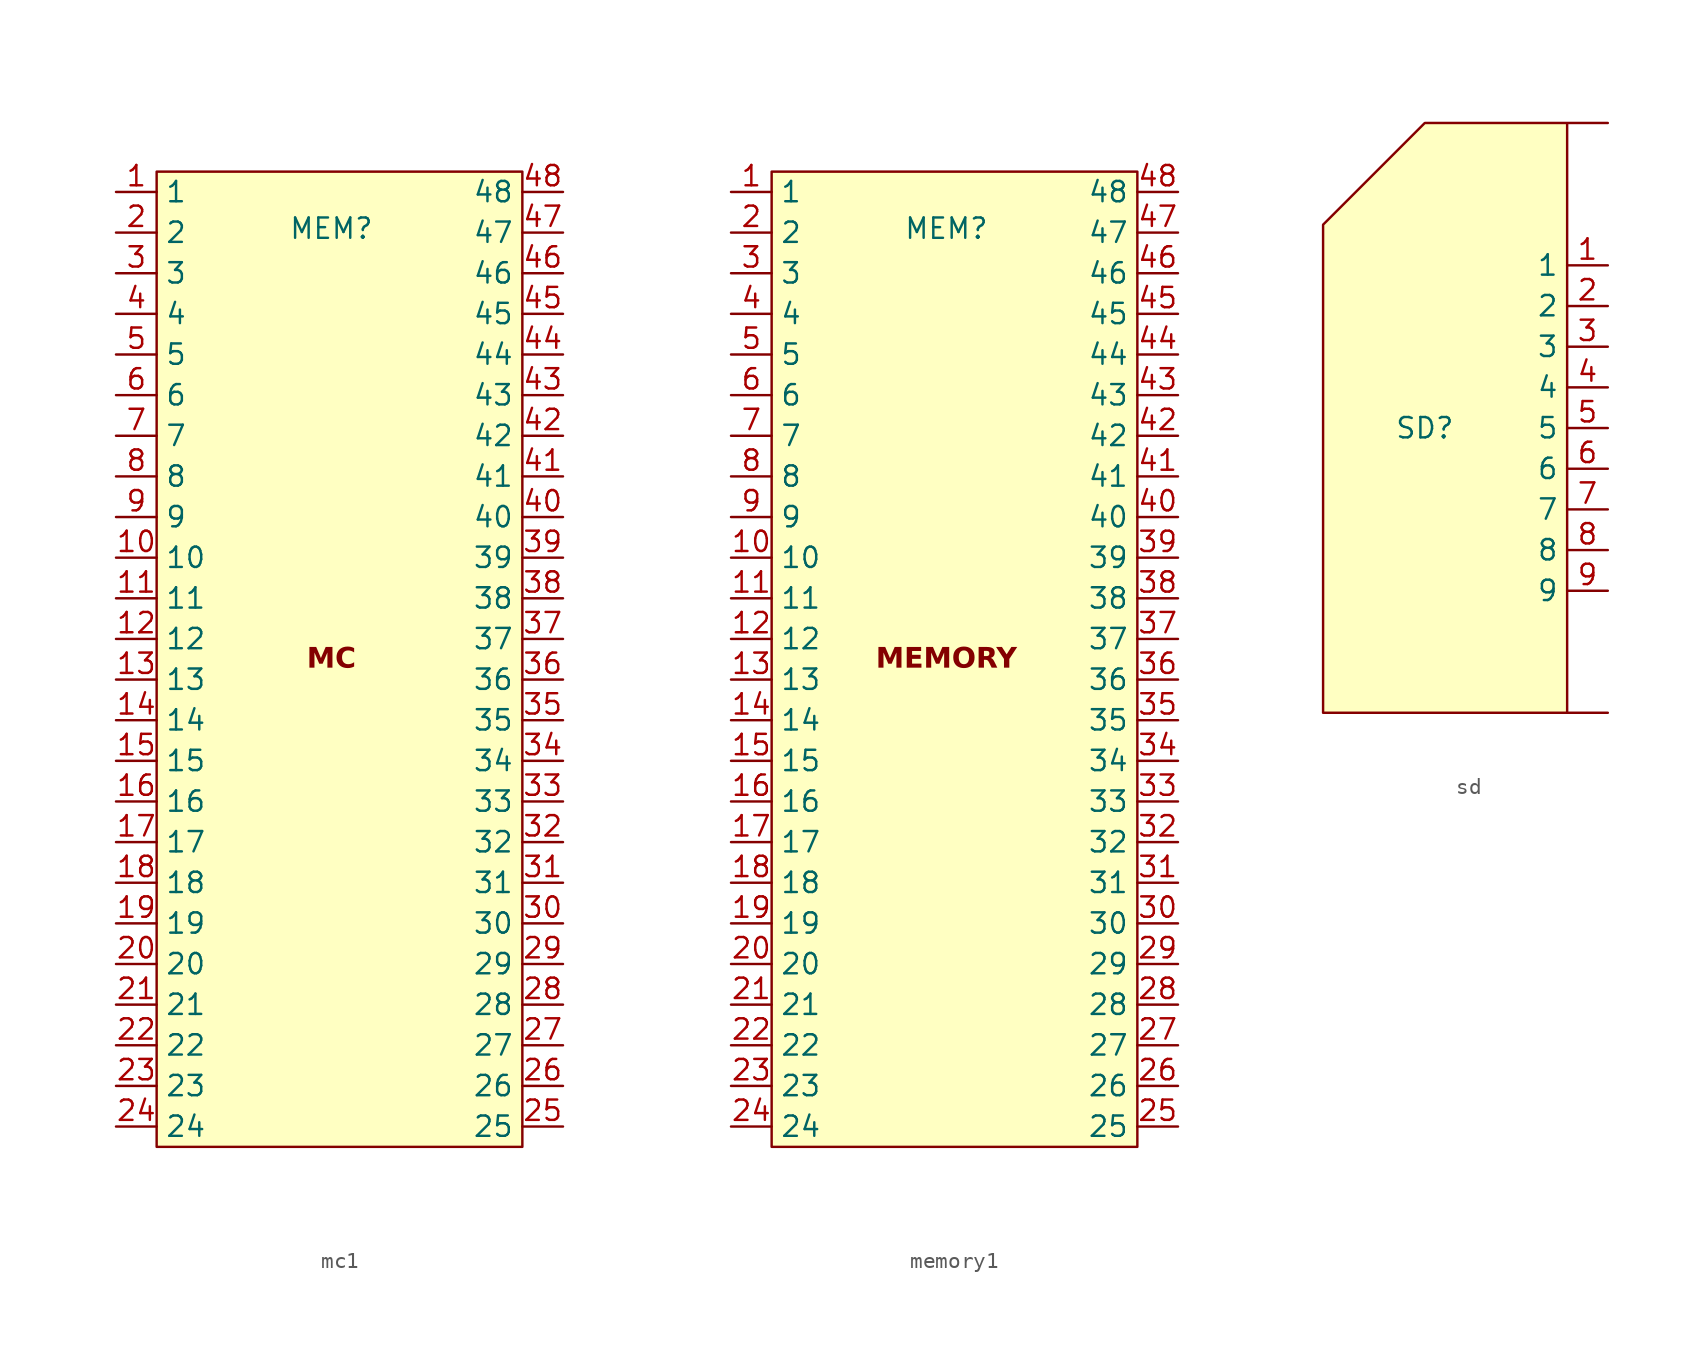
<source format=kicad_sym>
(kicad_symbol_lib
  (version 20241209)
  (generator "kicad_symbol_editor")
  (generator_version "9.0")
  (symbol "mc1"
    (property "Reference" "MEM"
      (at 13.462 -2.286 0)
      (effects (font (size 1.27 1.27))))
    (property "Value" ""
      (at 0 0 0)
      (effects (font (size 1.27 1.27))))
    (symbol "mc1_1_1"
      (rectangle (start 2.54 1.27) (end 25.4 -59.69) (stroke (width 0) (type solid)) (fill (type background)))
      (text "MC\n" (at 13.462 -29.21 0) (effects (font (face "OCR A Extended") (size 1.27 1.27) (bold yes))))
      (pin input line (at 0 0 0) (length 2.54) (name "1" (effects (font (size 1.27 1.27)))) (number "1" (effects (font (size 1.27 1.27)))))
      (pin input line (at 0 -2.54 0) (length 2.54) (name "2" (effects (font (size 1.27 1.27)))) (number "2" (effects (font (size 1.27 1.27)))))
      (pin input line (at 0 -5.08 0) (length 2.54) (name "3" (effects (font (size 1.27 1.27)))) (number "3" (effects (font (size 1.27 1.27)))))
      (pin input line (at 0 -7.62 0) (length 2.54) (name "4" (effects (font (size 1.27 1.27)))) (number "4" (effects (font (size 1.27 1.27)))))
      (pin input line (at 0 -10.16 0) (length 2.54) (name "5" (effects (font (size 1.27 1.27)))) (number "5" (effects (font (size 1.27 1.27)))))
      (pin input line (at 0 -12.7 0) (length 2.54) (name "6" (effects (font (size 1.27 1.27)))) (number "6" (effects (font (size 1.27 1.27)))))
      (pin input line (at 0 -15.24 0) (length 2.54) (name "7" (effects (font (size 1.27 1.27)))) (number "7" (effects (font (size 1.27 1.27)))))
      (pin input line (at 0 -17.78 0) (length 2.54) (name "8" (effects (font (size 1.27 1.27)))) (number "8" (effects (font (size 1.27 1.27)))))
      (pin input line (at 0 -20.32 0) (length 2.54) (name "9" (effects (font (size 1.27 1.27)))) (number "9" (effects (font (size 1.27 1.27)))))
      (pin input line (at 0 -22.86 0) (length 2.54) (name "10" (effects (font (size 1.27 1.27)))) (number "10" (effects (font (size 1.27 1.27)))))
      (pin input line (at 0 -25.4 0) (length 2.54) (name "11" (effects (font (size 1.27 1.27)))) (number "11" (effects (font (size 1.27 1.27)))))
      (pin input line (at 0 -27.94 0) (length 2.54) (name "12" (effects (font (size 1.27 1.27)))) (number "12" (effects (font (size 1.27 1.27)))))
      (pin input line (at 0 -30.48 0) (length 2.54) (name "13" (effects (font (size 1.27 1.27)))) (number "13" (effects (font (size 1.27 1.27)))))
      (pin input line (at 0 -33.02 0) (length 2.54) (name "14" (effects (font (size 1.27 1.27)))) (number "14" (effects (font (size 1.27 1.27)))))
      (pin input line (at 0 -35.56 0) (length 2.54) (name "15" (effects (font (size 1.27 1.27)))) (number "15" (effects (font (size 1.27 1.27)))))
      (pin input line (at 0 -38.1 0) (length 2.54) (name "16" (effects (font (size 1.27 1.27)))) (number "16" (effects (font (size 1.27 1.27)))))
      (pin input line (at 0 -40.64 0) (length 2.54) (name "17" (effects (font (size 1.27 1.27)))) (number "17" (effects (font (size 1.27 1.27)))))
      (pin input line (at 0 -43.18 0) (length 2.54) (name "18" (effects (font (size 1.27 1.27)))) (number "18" (effects (font (size 1.27 1.27)))))
      (pin input line (at 0 -45.72 0) (length 2.54) (name "19" (effects (font (size 1.27 1.27)))) (number "19" (effects (font (size 1.27 1.27)))))
      (pin input line (at 0 -48.26 0) (length 2.54) (name "20" (effects (font (size 1.27 1.27)))) (number "20" (effects (font (size 1.27 1.27)))))
      (pin input line (at 0 -50.8 0) (length 2.54) (name "21" (effects (font (size 1.27 1.27)))) (number "21" (effects (font (size 1.27 1.27)))))
      (pin input line (at 0 -53.34 0) (length 2.54) (name "22" (effects (font (size 1.27 1.27)))) (number "22" (effects (font (size 1.27 1.27)))))
      (pin input line (at 0 -55.88 0) (length 2.54) (name "23" (effects (font (size 1.27 1.27)))) (number "23" (effects (font (size 1.27 1.27)))))
      (pin input line (at 0 -58.42 0) (length 2.54) (name "24" (effects (font (size 1.27 1.27)))) (number "24" (effects (font (size 1.27 1.27)))))
      (pin input line (at 27.94 0 180) (length 2.54) (name "48" (effects (font (size 1.27 1.27)))) (number "48" (effects (font (size 1.27 1.27)))))
      (pin input line (at 27.94 -2.54 180) (length 2.54) (name "47" (effects (font (size 1.27 1.27)))) (number "47" (effects (font (size 1.27 1.27)))))
      (pin input line (at 27.94 -5.08 180) (length 2.54) (name "46" (effects (font (size 1.27 1.27)))) (number "46" (effects (font (size 1.27 1.27)))))
      (pin input line (at 27.94 -7.62 180) (length 2.54) (name "45" (effects (font (size 1.27 1.27)))) (number "45" (effects (font (size 1.27 1.27)))))
      (pin input line (at 27.94 -10.16 180) (length 2.54) (name "44" (effects (font (size 1.27 1.27)))) (number "44" (effects (font (size 1.27 1.27)))))
      (pin input line (at 27.94 -12.7 180) (length 2.54) (name "43" (effects (font (size 1.27 1.27)))) (number "43" (effects (font (size 1.27 1.27)))))
      (pin input line (at 27.94 -15.24 180) (length 2.54) (name "42" (effects (font (size 1.27 1.27)))) (number "42" (effects (font (size 1.27 1.27)))))
      (pin input line (at 27.94 -17.78 180) (length 2.54) (name "41" (effects (font (size 1.27 1.27)))) (number "41" (effects (font (size 1.27 1.27)))))
      (pin input line (at 27.94 -20.32 180) (length 2.54) (name "40" (effects (font (size 1.27 1.27)))) (number "40" (effects (font (size 1.27 1.27)))))
      (pin input line (at 27.94 -22.86 180) (length 2.54) (name "39" (effects (font (size 1.27 1.27)))) (number "39" (effects (font (size 1.27 1.27)))))
      (pin input line (at 27.94 -25.4 180) (length 2.54) (name "38" (effects (font (size 1.27 1.27)))) (number "38" (effects (font (size 1.27 1.27)))))
      (pin input line (at 27.94 -27.94 180) (length 2.54) (name "37" (effects (font (size 1.27 1.27)))) (number "37" (effects (font (size 1.27 1.27)))))
      (pin input line (at 27.94 -30.48 180) (length 2.54) (name "36" (effects (font (size 1.27 1.27)))) (number "36" (effects (font (size 1.27 1.27)))))
      (pin input line (at 27.94 -33.02 180) (length 2.54) (name "35" (effects (font (size 1.27 1.27)))) (number "35" (effects (font (size 1.27 1.27)))))
      (pin input line (at 27.94 -35.56 180) (length 2.54) (name "34" (effects (font (size 1.27 1.27)))) (number "34" (effects (font (size 1.27 1.27)))))
      (pin input line (at 27.94 -38.1 180) (length 2.54) (name "33" (effects (font (size 1.27 1.27)))) (number "33" (effects (font (size 1.27 1.27)))))
      (pin input line (at 27.94 -40.64 180) (length 2.54) (name "32" (effects (font (size 1.27 1.27)))) (number "32" (effects (font (size 1.27 1.27)))))
      (pin input line (at 27.94 -43.18 180) (length 2.54) (name "31" (effects (font (size 1.27 1.27)))) (number "31" (effects (font (size 1.27 1.27)))))
      (pin input line (at 27.94 -45.72 180) (length 2.54) (name "30" (effects (font (size 1.27 1.27)))) (number "30" (effects (font (size 1.27 1.27)))))
      (pin input line (at 27.94 -48.26 180) (length 2.54) (name "29" (effects (font (size 1.27 1.27)))) (number "29" (effects (font (size 1.27 1.27)))))
      (pin input line (at 27.94 -50.8 180) (length 2.54) (name "28" (effects (font (size 1.27 1.27)))) (number "28" (effects (font (size 1.27 1.27)))))
      (pin input line (at 27.94 -53.34 180) (length 2.54) (name "27" (effects (font (size 1.27 1.27)))) (number "27" (effects (font (size 1.27 1.27)))))
      (pin input line (at 27.94 -55.88 180) (length 2.54) (name "26" (effects (font (size 1.27 1.27)))) (number "26" (effects (font (size 1.27 1.27)))))
      (pin input line (at 27.94 -58.42 180) (length 2.54) (name "25" (effects (font (size 1.27 1.27)))) (number "25" (effects (font (size 1.27 1.27)))))))
  (symbol "memory1"
    (property "Reference" "MEM"
      (at 13.462 -2.286 0)
      (effects (font (size 1.27 1.27))))
    (property "Value" ""
      (at 0 0 0)
      (effects (font (size 1.27 1.27))))
    (symbol "memory1_1_1"
      (rectangle (start 2.54 1.27) (end 25.4 -59.69) (stroke (width 0) (type solid)) (fill (type background)))
      (text "MEMORY" (at 13.462 -29.21 0) (effects (font (face "OCR A Extended") (size 1.27 1.27) (bold yes))))
      (pin input line (at 0 0 0) (length 2.54) (name "1" (effects (font (size 1.27 1.27)))) (number "1" (effects (font (size 1.27 1.27)))))
      (pin input line (at 0 -2.54 0) (length 2.54) (name "2" (effects (font (size 1.27 1.27)))) (number "2" (effects (font (size 1.27 1.27)))))
      (pin input line (at 0 -5.08 0) (length 2.54) (name "3" (effects (font (size 1.27 1.27)))) (number "3" (effects (font (size 1.27 1.27)))))
      (pin input line (at 0 -7.62 0) (length 2.54) (name "4" (effects (font (size 1.27 1.27)))) (number "4" (effects (font (size 1.27 1.27)))))
      (pin input line (at 0 -10.16 0) (length 2.54) (name "5" (effects (font (size 1.27 1.27)))) (number "5" (effects (font (size 1.27 1.27)))))
      (pin input line (at 0 -12.7 0) (length 2.54) (name "6" (effects (font (size 1.27 1.27)))) (number "6" (effects (font (size 1.27 1.27)))))
      (pin input line (at 0 -15.24 0) (length 2.54) (name "7" (effects (font (size 1.27 1.27)))) (number "7" (effects (font (size 1.27 1.27)))))
      (pin input line (at 0 -17.78 0) (length 2.54) (name "8" (effects (font (size 1.27 1.27)))) (number "8" (effects (font (size 1.27 1.27)))))
      (pin input line (at 0 -20.32 0) (length 2.54) (name "9" (effects (font (size 1.27 1.27)))) (number "9" (effects (font (size 1.27 1.27)))))
      (pin input line (at 0 -22.86 0) (length 2.54) (name "10" (effects (font (size 1.27 1.27)))) (number "10" (effects (font (size 1.27 1.27)))))
      (pin input line (at 0 -25.4 0) (length 2.54) (name "11" (effects (font (size 1.27 1.27)))) (number "11" (effects (font (size 1.27 1.27)))))
      (pin input line (at 0 -27.94 0) (length 2.54) (name "12" (effects (font (size 1.27 1.27)))) (number "12" (effects (font (size 1.27 1.27)))))
      (pin input line (at 0 -30.48 0) (length 2.54) (name "13" (effects (font (size 1.27 1.27)))) (number "13" (effects (font (size 1.27 1.27)))))
      (pin input line (at 0 -33.02 0) (length 2.54) (name "14" (effects (font (size 1.27 1.27)))) (number "14" (effects (font (size 1.27 1.27)))))
      (pin input line (at 0 -35.56 0) (length 2.54) (name "15" (effects (font (size 1.27 1.27)))) (number "15" (effects (font (size 1.27 1.27)))))
      (pin input line (at 0 -38.1 0) (length 2.54) (name "16" (effects (font (size 1.27 1.27)))) (number "16" (effects (font (size 1.27 1.27)))))
      (pin input line (at 0 -40.64 0) (length 2.54) (name "17" (effects (font (size 1.27 1.27)))) (number "17" (effects (font (size 1.27 1.27)))))
      (pin input line (at 0 -43.18 0) (length 2.54) (name "18" (effects (font (size 1.27 1.27)))) (number "18" (effects (font (size 1.27 1.27)))))
      (pin input line (at 0 -45.72 0) (length 2.54) (name "19" (effects (font (size 1.27 1.27)))) (number "19" (effects (font (size 1.27 1.27)))))
      (pin input line (at 0 -48.26 0) (length 2.54) (name "20" (effects (font (size 1.27 1.27)))) (number "20" (effects (font (size 1.27 1.27)))))
      (pin input line (at 0 -50.8 0) (length 2.54) (name "21" (effects (font (size 1.27 1.27)))) (number "21" (effects (font (size 1.27 1.27)))))
      (pin input line (at 0 -53.34 0) (length 2.54) (name "22" (effects (font (size 1.27 1.27)))) (number "22" (effects (font (size 1.27 1.27)))))
      (pin input line (at 0 -55.88 0) (length 2.54) (name "23" (effects (font (size 1.27 1.27)))) (number "23" (effects (font (size 1.27 1.27)))))
      (pin input line (at 0 -58.42 0) (length 2.54) (name "24" (effects (font (size 1.27 1.27)))) (number "24" (effects (font (size 1.27 1.27)))))
      (pin input line (at 27.94 0 180) (length 2.54) (name "48" (effects (font (size 1.27 1.27)))) (number "48" (effects (font (size 1.27 1.27)))))
      (pin input line (at 27.94 -2.54 180) (length 2.54) (name "47" (effects (font (size 1.27 1.27)))) (number "47" (effects (font (size 1.27 1.27)))))
      (pin input line (at 27.94 -5.08 180) (length 2.54) (name "46" (effects (font (size 1.27 1.27)))) (number "46" (effects (font (size 1.27 1.27)))))
      (pin input line (at 27.94 -7.62 180) (length 2.54) (name "45" (effects (font (size 1.27 1.27)))) (number "45" (effects (font (size 1.27 1.27)))))
      (pin input line (at 27.94 -10.16 180) (length 2.54) (name "44" (effects (font (size 1.27 1.27)))) (number "44" (effects (font (size 1.27 1.27)))))
      (pin input line (at 27.94 -12.7 180) (length 2.54) (name "43" (effects (font (size 1.27 1.27)))) (number "43" (effects (font (size 1.27 1.27)))))
      (pin input line (at 27.94 -15.24 180) (length 2.54) (name "42" (effects (font (size 1.27 1.27)))) (number "42" (effects (font (size 1.27 1.27)))))
      (pin input line (at 27.94 -17.78 180) (length 2.54) (name "41" (effects (font (size 1.27 1.27)))) (number "41" (effects (font (size 1.27 1.27)))))
      (pin input line (at 27.94 -20.32 180) (length 2.54) (name "40" (effects (font (size 1.27 1.27)))) (number "40" (effects (font (size 1.27 1.27)))))
      (pin input line (at 27.94 -22.86 180) (length 2.54) (name "39" (effects (font (size 1.27 1.27)))) (number "39" (effects (font (size 1.27 1.27)))))
      (pin input line (at 27.94 -25.4 180) (length 2.54) (name "38" (effects (font (size 1.27 1.27)))) (number "38" (effects (font (size 1.27 1.27)))))
      (pin input line (at 27.94 -27.94 180) (length 2.54) (name "37" (effects (font (size 1.27 1.27)))) (number "37" (effects (font (size 1.27 1.27)))))
      (pin input line (at 27.94 -30.48 180) (length 2.54) (name "36" (effects (font (size 1.27 1.27)))) (number "36" (effects (font (size 1.27 1.27)))))
      (pin input line (at 27.94 -33.02 180) (length 2.54) (name "35" (effects (font (size 1.27 1.27)))) (number "35" (effects (font (size 1.27 1.27)))))
      (pin input line (at 27.94 -35.56 180) (length 2.54) (name "34" (effects (font (size 1.27 1.27)))) (number "34" (effects (font (size 1.27 1.27)))))
      (pin input line (at 27.94 -38.1 180) (length 2.54) (name "33" (effects (font (size 1.27 1.27)))) (number "33" (effects (font (size 1.27 1.27)))))
      (pin input line (at 27.94 -40.64 180) (length 2.54) (name "32" (effects (font (size 1.27 1.27)))) (number "32" (effects (font (size 1.27 1.27)))))
      (pin input line (at 27.94 -43.18 180) (length 2.54) (name "31" (effects (font (size 1.27 1.27)))) (number "31" (effects (font (size 1.27 1.27)))))
      (pin input line (at 27.94 -45.72 180) (length 2.54) (name "30" (effects (font (size 1.27 1.27)))) (number "30" (effects (font (size 1.27 1.27)))))
      (pin input line (at 27.94 -48.26 180) (length 2.54) (name "29" (effects (font (size 1.27 1.27)))) (number "29" (effects (font (size 1.27 1.27)))))
      (pin input line (at 27.94 -50.8 180) (length 2.54) (name "28" (effects (font (size 1.27 1.27)))) (number "28" (effects (font (size 1.27 1.27)))))
      (pin input line (at 27.94 -53.34 180) (length 2.54) (name "27" (effects (font (size 1.27 1.27)))) (number "27" (effects (font (size 1.27 1.27)))))
      (pin input line (at 27.94 -55.88 180) (length 2.54) (name "26" (effects (font (size 1.27 1.27)))) (number "26" (effects (font (size 1.27 1.27)))))
      (pin input line (at 27.94 -58.42 180) (length 2.54) (name "25" (effects (font (size 1.27 1.27)))) (number "25" (effects (font (size 1.27 1.27)))))))
  (symbol "sd"
    (property "Reference" "SD"
      (at 0 0 0)
      (effects (font (size 1.27 1.27))))
    (property "Value" ""
      (at 0 0 0)
      (effects (font (size 1.27 1.27))))
    (symbol "sd_1_1"
      (polyline (pts (xy 8.89 11.43) (xy 8.89 19.05) (xy 11.43 19.05) (xy 0 19.05) (xy -6.35 12.7) (xy -6.35 -17.78) (xy 11.43 -17.78) (xy 8.89 -17.78) (xy 8.89 11.43)) (stroke (width 0) (type solid)) (fill (type background)))
      (pin input line (at 11.43 10.16 180) (length 2.54) (name "1" (effects (font (size 1.27 1.27)))) (number "1" (effects (font (size 1.27 1.27)))))
      (pin input line (at 11.43 7.62 180) (length 2.54) (name "2" (effects (font (size 1.27 1.27)))) (number "2" (effects (font (size 1.27 1.27)))))
      (pin input line (at 11.43 5.08 180) (length 2.54) (name "3" (effects (font (size 1.27 1.27)))) (number "3" (effects (font (size 1.27 1.27)))))
      (pin input line (at 11.43 2.54 180) (length 2.54) (name "4" (effects (font (size 1.27 1.27)))) (number "4" (effects (font (size 1.27 1.27)))))
      (pin input line (at 11.43 0 180) (length 2.54) (name "5" (effects (font (size 1.27 1.27)))) (number "5" (effects (font (size 1.27 1.27)))))
      (pin input line (at 11.43 -2.54 180) (length 2.54) (name "6" (effects (font (size 1.27 1.27)))) (number "6" (effects (font (size 1.27 1.27)))))
      (pin input line (at 11.43 -5.08 180) (length 2.54) (name "7" (effects (font (size 1.27 1.27)))) (number "7" (effects (font (size 1.27 1.27)))))
      (pin input line (at 11.43 -7.62 180) (length 2.54) (name "8" (effects (font (size 1.27 1.27)))) (number "8" (effects (font (size 1.27 1.27)))))
      (pin input line (at 11.43 -10.16 180) (length 2.54) (name "9" (effects (font (size 1.27 1.27)))) (number "9" (effects (font (size 1.27 1.27))))))))
</source>
